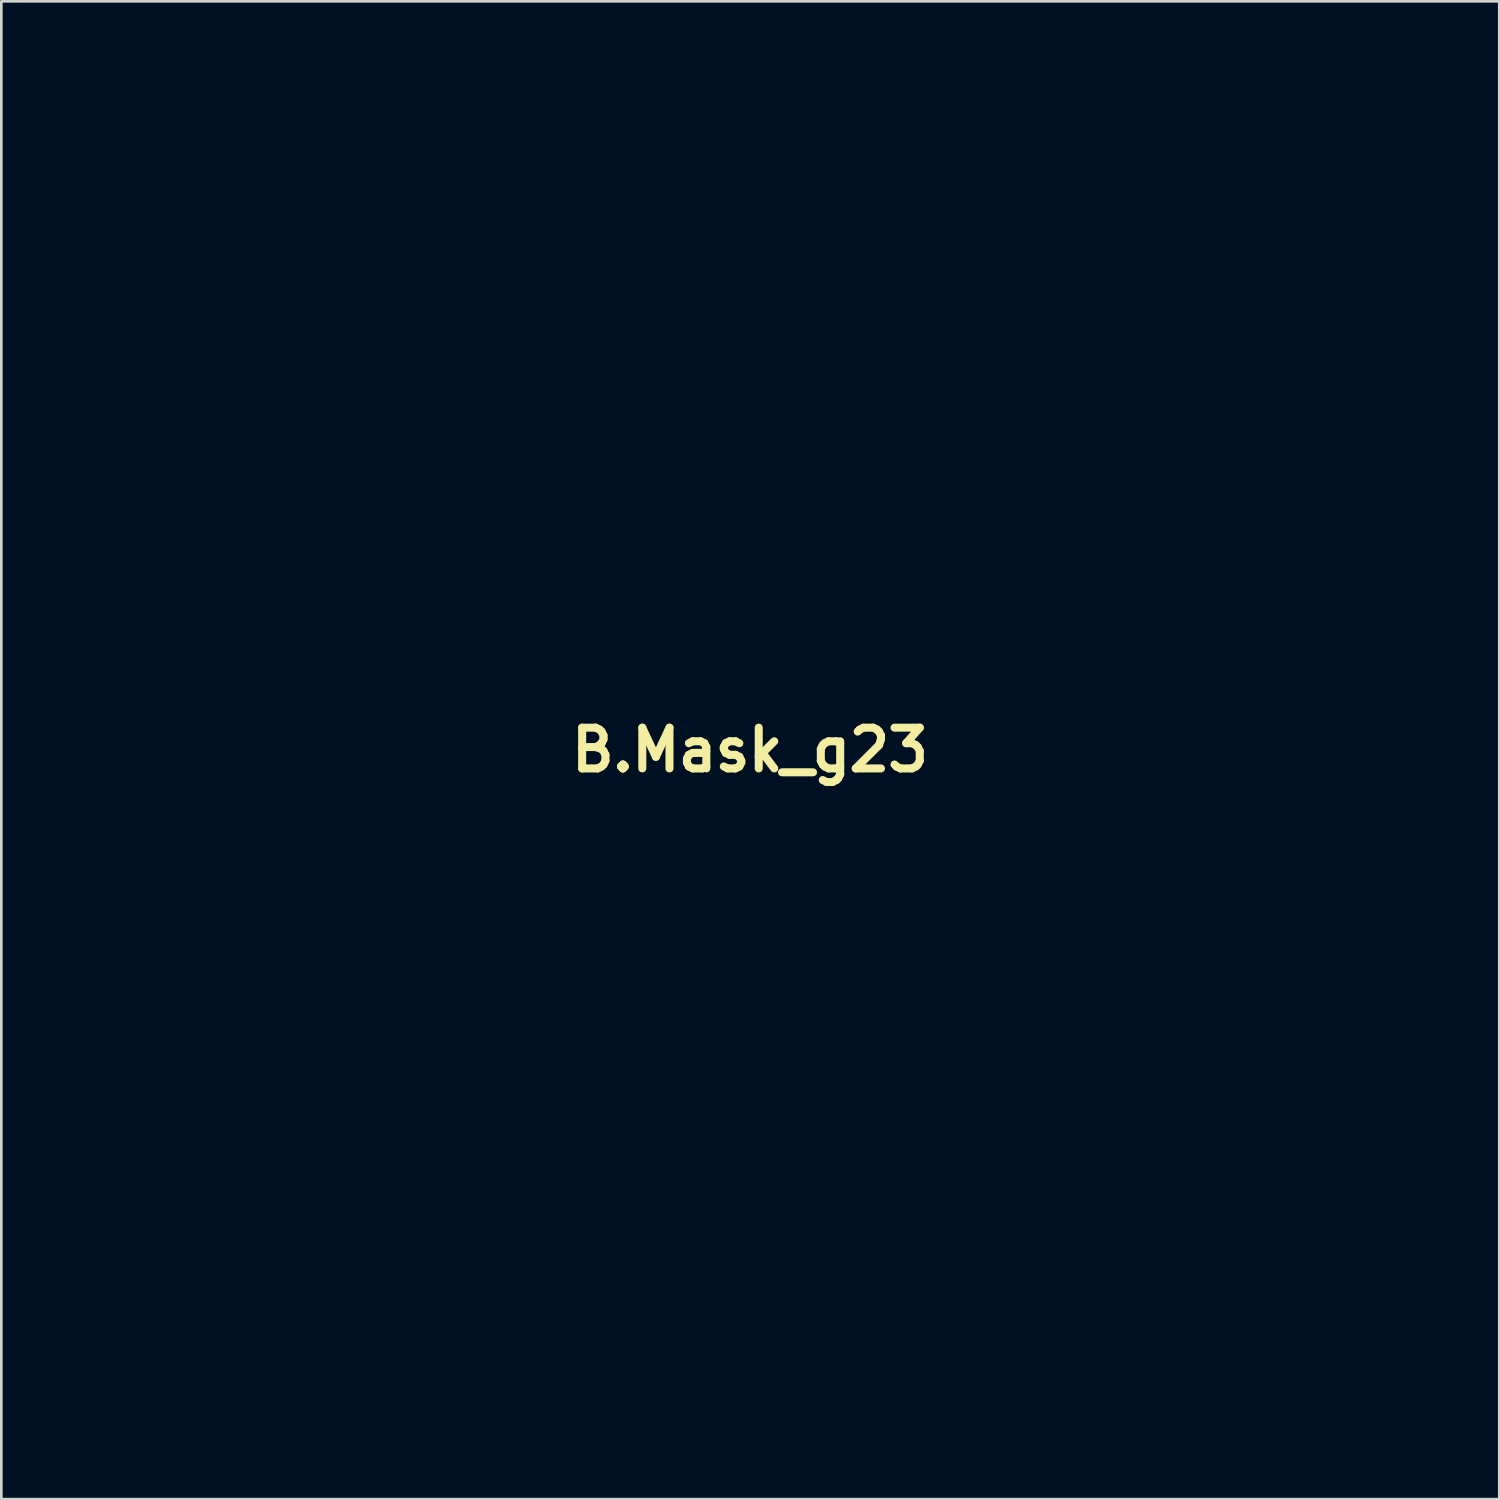
<source format=kicad_pcb>
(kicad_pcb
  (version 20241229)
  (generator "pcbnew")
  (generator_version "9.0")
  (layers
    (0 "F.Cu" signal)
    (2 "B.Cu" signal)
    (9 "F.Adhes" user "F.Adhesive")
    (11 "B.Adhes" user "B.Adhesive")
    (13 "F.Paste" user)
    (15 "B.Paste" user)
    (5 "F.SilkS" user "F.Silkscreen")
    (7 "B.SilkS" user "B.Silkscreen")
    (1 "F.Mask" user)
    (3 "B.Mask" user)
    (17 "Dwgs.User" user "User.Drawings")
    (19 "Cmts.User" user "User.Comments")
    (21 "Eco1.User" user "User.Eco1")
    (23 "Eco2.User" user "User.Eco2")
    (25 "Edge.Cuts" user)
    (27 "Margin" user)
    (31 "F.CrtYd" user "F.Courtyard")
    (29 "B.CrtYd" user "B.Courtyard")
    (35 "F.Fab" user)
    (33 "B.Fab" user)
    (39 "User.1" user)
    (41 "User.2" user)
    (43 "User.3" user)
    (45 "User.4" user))
  (footprint "B.Mask_g23"
    (layer "F.Cu")
    (at 25.004 25.004)
    (property "Reference" "B.Mask_g23" (at 0 0 0) (layer "F.SilkS") (effects (font (size 1.524 1.524) (thickness 0.3))))
    (attr through_hole)
    (fp_poly (pts (xy -3.699 1.13) (xy -3.668 1.182) (xy -3.628 1.261) (xy -3.581 1.361) (xy -3.531 1.475) (xy -3.481 1.597) (xy -3.432 1.721) (xy -3.389 1.84) (xy -3.367 1.905) (xy -3.252 2.307) (xy -3.176 2.691) (xy -3.137 3.057) (xy -3.137 3.405) (xy -3.174 3.735) (xy -3.249 4.048) (xy -3.331 4.271) (xy -3.456 4.517) (xy -3.618 4.755) (xy -3.811 4.98) (xy -4.031 5.186) (xy -4.273 5.371) (xy -4.53 5.529) (xy -4.798 5.655) (xy -4.967 5.715) (xy -5.147 5.767) (xy -5.316 5.804) (xy -5.487 5.83) (xy -5.674 5.845) (xy -5.853 5.852) (xy -5.976 5.854) (xy -6.087 5.855) (xy -6.178 5.855) (xy -6.242 5.853) (xy -6.265 5.851) (xy -6.31 5.845) (xy -6.383 5.834) (xy -6.473 5.823) (xy -6.509 5.818) (xy -6.637 5.798) (xy -6.787 5.767) (xy -6.951 5.728) (xy -7.12 5.684) (xy -7.285 5.636) (xy -7.437 5.588) (xy -7.569 5.541) (xy -7.671 5.498) (xy -7.701 5.483) (xy -7.695 5.469) (xy -7.666 5.431) (xy -7.615 5.369) (xy -7.54 5.282) (xy -7.441 5.169) (xy -7.317 5.03) (xy -7.169 4.864) (xy -6.995 4.671) (xy -6.795 4.45) (xy -6.568 4.2) (xy -6.314 3.921) (xy -6.032 3.612) (xy -5.737 3.289) (xy -5.5 3.031) (xy -5.271 2.782) (xy -5.052 2.543) (xy -4.843 2.316) (xy -4.647 2.103) (xy -4.465 1.906) (xy -4.299 1.727) (xy -4.151 1.567) (xy -4.021 1.428) (xy -3.913 1.312) (xy -3.827 1.221) (xy -3.765 1.156) (xy -3.728 1.119) (xy -3.719 1.111) (xy -3.699 1.13)) (stroke (width 0.01) (type solid)) (fill yes) (layer "B.Mask"))
    (fp_poly (pts (xy 4.874 -7.742) (xy 4.88 -7.738) (xy 4.882 -7.736) (xy 4.911 -7.69) (xy 4.954 -7.612) (xy 5.006 -7.512) (xy 5.063 -7.397) (xy 5.121 -7.275) (xy 5.176 -7.154) (xy 5.225 -7.042) (xy 5.239 -7.009) (xy 5.37 -6.65) (xy 5.469 -6.297) (xy 5.534 -5.954) (xy 5.565 -5.624) (xy 5.562 -5.309) (xy 5.525 -5.012) (xy 5.454 -4.736) (xy 5.439 -4.693) (xy 5.333 -4.458) (xy 5.188 -4.23) (xy 5.01 -4.013) (xy 4.801 -3.811) (xy 4.565 -3.629) (xy 4.308 -3.47) (xy 4.241 -3.435) (xy 3.979 -3.316) (xy 3.718 -3.228) (xy 3.445 -3.167) (xy 3.186 -3.133) (xy 3.058 -3.122) (xy 2.953 -3.117) (xy 2.856 -3.116) (xy 2.752 -3.12) (xy 2.626 -3.13) (xy 2.575 -3.134) (xy 2.276 -3.174) (xy 1.956 -3.244) (xy 1.622 -3.34) (xy 1.598 -3.348) (xy 1.475 -3.39) (xy 1.345 -3.438) (xy 1.216 -3.489) (xy 1.093 -3.54) (xy 0.983 -3.588) (xy 0.892 -3.631) (xy 0.827 -3.665) (xy 0.793 -3.689) (xy 0.79 -3.694) (xy 0.804 -3.711) (xy 0.846 -3.756) (xy 0.915 -3.828) (xy 1.008 -3.924) (xy 1.125 -4.044) (xy 1.263 -4.184) (xy 1.421 -4.344) (xy 1.596 -4.522) (xy 1.788 -4.716) (xy 1.995 -4.924) (xy 2.214 -5.144) (xy 2.445 -5.375) (xy 2.685 -5.615) (xy 2.816 -5.747) (xy 3.104 -6.034) (xy 3.363 -6.293) (xy 3.596 -6.525) (xy 3.803 -6.732) (xy 3.986 -6.914) (xy 4.146 -7.074) (xy 4.286 -7.212) (xy 4.407 -7.33) (xy 4.509 -7.43) (xy 4.595 -7.513) (xy 4.666 -7.581) (xy 4.724 -7.635) (xy 4.77 -7.676) (xy 4.806 -7.705) (xy 4.832 -7.726) (xy 4.852 -7.737) (xy 4.865 -7.743) (xy 4.874 -7.742)) (stroke (width 0.01) (type solid)) (fill yes) (layer "B.Mask"))
    (fp_poly (pts (xy 0.975 -24.999) (xy 1.828 -24.999) (xy 2.678 -24.999) (xy 3.525 -24.999) (xy 4.368 -24.999) (xy 5.205 -24.999) (xy 6.036 -24.999) (xy 6.859 -24.998) (xy 7.674 -24.998) (xy 8.479 -24.998) (xy 9.273 -24.997) (xy 10.055 -24.997) (xy 10.825 -24.997) (xy 11.58 -24.996) (xy 12.32 -24.996) (xy 13.045 -24.995) (xy 13.752 -24.995) (xy 14.441 -24.994) (xy 15.111 -24.994) (xy 15.761 -24.993) (xy 16.389 -24.992) (xy 16.994 -24.992) (xy 17.577 -24.991) (xy 18.134 -24.99) (xy 18.666 -24.989) (xy 19.172 -24.989) (xy 19.649 -24.988) (xy 20.098 -24.987) (xy 20.517 -24.986) (xy 20.905 -24.985) (xy 21.261 -24.984) (xy 21.584 -24.983) (xy 21.873 -24.982) (xy 22.127 -24.981) (xy 22.344 -24.98) (xy 22.524 -24.979) (xy 22.666 -24.978) (xy 22.768 -24.977) (xy 22.83 -24.975) (xy 22.849 -24.974) (xy 23.166 -24.915) (xy 23.469 -24.815) (xy 23.755 -24.678) (xy 24.023 -24.502) (xy 24.27 -24.291) (xy 24.292 -24.269) (xy 24.504 -24.028) (xy 24.682 -23.765) (xy 24.823 -23.481) (xy 24.927 -23.18) (xy 24.991 -22.865) (xy 24.996 -22.828) (xy 24.997 -22.797) (xy 24.998 -22.725) (xy 24.999 -22.612) (xy 25 -22.46) (xy 25.001 -22.27) (xy 25.002 -22.043) (xy 25.004 -21.78) (xy 25.005 -21.482) (xy 25.006 -21.151) (xy 25.006 -20.786) (xy 25.007 -20.39) (xy 25.008 -19.963) (xy 25.009 -19.507) (xy 25.01 -19.022) (xy 25.011 -18.51) (xy 25.012 -17.971) (xy 25.012 -17.407) (xy 25.013 -16.818) (xy 25.014 -16.207) (xy 25.014 -15.573) (xy 25.015 -14.918) (xy 25.015 -14.243) (xy 25.016 -13.549) (xy 25.017 -12.837) (xy 25.017 -12.109) (xy 25.017 -11.364) (xy 25.018 -10.605) (xy 25.018 -9.832) (xy 25.019 -9.047) (xy 25.019 -8.25) (xy 25.019 -7.442) (xy 25.02 -6.625) (xy 25.02 -5.8) (xy 25.02 -4.968) (xy 25.02 -4.129) (xy 25.02 -3.285) (xy 25.02 -2.437) (xy 25.02 -1.586) (xy 25.02 -0.733) (xy 25.02 0.121) (xy 25.02 0.975) (xy 25.02 1.828) (xy 25.02 2.678) (xy 25.02 3.525) (xy 25.02 4.368) (xy 25.02 5.205) (xy 25.02 6.036) (xy 25.019 6.859) (xy 25.019 7.674) (xy 25.019 8.479) (xy 25.019 9.273) (xy 25.018 10.055) (xy 25.018 10.825) (xy 25.017 11.58) (xy 25.017 12.32) (xy 25.016 13.045) (xy 25.016 13.752) (xy 25.015 14.441) (xy 25.015 15.111) (xy 25.014 15.761) (xy 25.013 16.389) (xy 25.013 16.994) (xy 25.012 17.577) (xy 25.011 18.134) (xy 25.011 18.666) (xy 25.01 19.172) (xy 25.009 19.649) (xy 25.008 20.098) (xy 25.007 20.517) (xy 25.006 20.905) (xy 25.005 21.261) (xy 25.004 21.584) (xy 25.003 21.873) (xy 25.002 22.127) (xy 25.001 22.344) (xy 25 22.524) (xy 24.999 22.666) (xy 24.998 22.768) (xy 24.996 22.83) (xy 24.996 22.849) (xy 24.936 23.166) (xy 24.837 23.468) (xy 24.699 23.753) (xy 24.524 24.02) (xy 24.313 24.266) (xy 24.29 24.29) (xy 24.046 24.504) (xy 23.781 24.683) (xy 23.497 24.825) (xy 23.197 24.928) (xy 22.882 24.991) (xy 22.849 24.996) (xy 22.82 24.997) (xy 22.748 24.998) (xy 22.637 24.999) (xy 22.487 25) (xy 22.298 25.001) (xy 22.073 25.002) (xy 21.811 25.002) (xy 21.515 25.003) (xy 21.184 25.004) (xy 20.821 25.005) (xy 20.426 25.006) (xy 20.001 25.007) (xy 19.546 25.007) (xy 19.062 25.008) (xy 18.551 25.009) (xy 18.014 25.009) (xy 17.451 25.01) (xy 16.863 25.011) (xy 16.253 25.011) (xy 15.62 25.012) (xy 14.966 25.012) (xy 14.293 25.013) (xy 13.6 25.013) (xy 12.889 25.014) (xy 12.161 25.014) (xy 11.418 25.014) (xy 10.659 25.015) (xy 9.887 25.015) (xy 9.103 25.015) (xy 8.307 25.016) (xy 7.5 25.016) (xy 6.684 25.016) (xy 5.859 25.016) (xy 5.027 25.017) (xy 4.189 25.017) (xy 3.345 25.017) (xy 2.498 25.017) (xy 1.647 25.017) (xy 0.794 25.017) (xy -0.06 25.017) (xy -0.914 25.017) (xy -1.766 25.017) (xy -2.617 25.017) (xy -3.464 25.017) (xy -4.307 25.017) (xy -5.144 25.016) (xy -5.975 25.016) (xy -6.799 25.016) (xy -7.613 25.016) (xy -8.419 25.016) (xy -9.213 25.015) (xy -9.996 25.015) (xy -10.767 25.015) (xy -11.523 25.014) (xy -12.264 25.014) (xy -12.99 25.013) (xy -13.698 25.013) (xy -14.388 25.012) (xy -15.059 25.012) (xy -15.71 25.011) (xy -16.34 25.011) (xy -16.947 25.01) (xy -17.531 25.01) (xy -18.09 25.009) (xy -18.624 25.008) (xy -19.132 25.008) (xy -19.611 25.007) (xy -20.062 25.006) (xy -20.484 25.005) (xy -20.874 25.005) (xy -21.233 25.004) (xy -21.558 25.003) (xy -21.85 25.002) (xy -22.106 25.001) (xy -22.327 25) (xy -22.51 24.999) (xy -22.655 24.998) (xy -22.761 24.997) (xy -22.826 24.996) (xy -22.849 24.995) (xy -23.147 24.937) (xy -23.438 24.84) (xy -23.718 24.706) (xy -23.979 24.539) (xy -24.217 24.342) (xy -24.269 24.291) (xy -24.484 24.046) (xy -24.663 23.78) (xy -24.804 23.496) (xy -24.907 23.195) (xy -24.97 22.88) (xy -24.974 22.849) (xy -24.976 22.818) (xy -24.977 22.746) (xy -24.978 22.633) (xy -24.979 22.481) (xy -24.98 22.291) (xy -24.981 22.064) (xy -24.982 21.801) (xy -24.983 21.504) (xy -24.984 21.172) (xy -24.985 20.808) (xy -24.986 20.411) (xy -24.987 19.985) (xy -24.988 19.528) (xy -24.989 19.043) (xy -24.99 18.531) (xy -24.99 17.992) (xy -24.991 17.428) (xy -24.992 16.84) (xy -24.992 16.228) (xy -24.993 15.594) (xy -24.994 14.939) (xy -24.994 14.264) (xy -24.995 13.57) (xy -24.995 12.859) (xy -24.996 12.13) (xy -24.996 11.386) (xy -24.997 10.626) (xy -24.997 9.853) (xy -24.997 9.068) (xy -24.998 8.58) (xy -23.978 8.58) (xy -23.978 9.652) (xy -23.978 10.682) (xy -23.978 11.67) (xy -23.978 12.615) (xy -23.978 13.518) (xy -23.978 14.379) (xy -23.977 15.197) (xy -23.977 15.974) (xy -23.977 16.708) (xy -23.976 17.4) (xy -23.976 18.049) (xy -23.975 18.656) (xy -23.974 19.221) (xy -23.974 19.744) (xy -23.973 20.224) (xy -23.972 20.662) (xy -23.971 21.058) (xy -23.97 21.412) (xy -23.969 21.723) (xy -23.968 21.992) (xy -23.967 22.219) (xy -23.966 22.403) (xy -23.965 22.545) (xy -23.964 22.644) (xy -23.963 22.702) (xy -23.962 22.716) (xy -23.91 22.957) (xy -23.823 23.181) (xy -23.702 23.385) (xy -23.552 23.565) (xy -23.375 23.718) (xy -23.175 23.841) (xy -22.955 23.93) (xy -22.736 23.98) (xy -22.71 23.981) (xy -22.642 23.982) (xy -22.534 23.983) (xy -22.386 23.983) (xy -22.199 23.984) (xy -21.974 23.985) (xy -21.712 23.985) (xy -21.414 23.986) (xy -21.081 23.987) (xy -20.713 23.987) (xy -20.311 23.988) (xy -19.877 23.988) (xy -19.41 23.989) (xy -18.913 23.99) (xy -18.386 23.99) (xy -17.829 23.991) (xy -17.244 23.991) (xy -16.632 23.991) (xy -15.992 23.992) (xy -15.328 23.992) (xy -14.638 23.993) (xy -13.924 23.993) (xy -13.187 23.993) (xy -12.427 23.994) (xy -11.647 23.994) (xy -10.845 23.994) (xy -10.024 23.994) (xy -9.184 23.995) (xy -8.327 23.995) (xy -7.452 23.995) (xy -6.561 23.995) (xy -5.655 23.995) (xy -4.734 23.995) (xy -3.799 23.995) (xy -2.852 23.995) (xy -1.893 23.995) (xy -0.924 23.995) (xy 0.056 23.995) (xy 0.085 23.995) (xy 1.265 23.995) (xy 2.404 23.995) (xy 3.503 23.994) (xy 4.561 23.994) (xy 5.58 23.994) (xy 6.56 23.994) (xy 7.502 23.994) (xy 8.408 23.994) (xy 9.277 23.993) (xy 10.11 23.993) (xy 10.909 23.993) (xy 11.673 23.993) (xy 12.404 23.993) (xy 13.103 23.992) (xy 13.769 23.992) (xy 14.405 23.992) (xy 15.01 23.992) (xy 15.586 23.991) (xy 16.132 23.991) (xy 16.651 23.991) (xy 17.142 23.99) (xy 17.607 23.99) (xy 18.046 23.989) (xy 18.459 23.989) (xy 18.849 23.988) (xy 19.214 23.988) (xy 19.557 23.987) (xy 19.878 23.987) (xy 20.177 23.986) (xy 20.456 23.985) (xy 20.715 23.985) (xy 20.955 23.984) (xy 21.176 23.983) (xy 21.38 23.982) (xy 21.567 23.981) (xy 21.738 23.98) (xy 21.893 23.979) (xy 22.034 23.978) (xy 22.161 23.977) (xy 22.275 23.976) (xy 22.376 23.975) (xy 22.466 23.974) (xy 22.545 23.973) (xy 22.614 23.971) (xy 22.673 23.97) (xy 22.724 23.969) (xy 22.767 23.967) (xy 22.803 23.965) (xy 22.832 23.964) (xy 22.856 23.962) (xy 22.875 23.96) (xy 22.889 23.959) (xy 22.901 23.957) (xy 22.909 23.955) (xy 22.913 23.954) (xy 23.154 23.86) (xy 23.37 23.734) (xy 23.56 23.577) (xy 23.719 23.391) (xy 23.847 23.18) (xy 23.941 22.945) (xy 23.954 22.902) (xy 23.956 22.894) (xy 23.958 22.884) (xy 23.96 22.871) (xy 23.962 22.854) (xy 23.963 22.833) (xy 23.965 22.806) (xy 23.967 22.774) (xy 23.968 22.735) (xy 23.97 22.689) (xy 23.971 22.634) (xy 23.972 22.571) (xy 23.974 22.498) (xy 23.975 22.414) (xy 23.976 22.32) (xy 23.977 22.213) (xy 23.978 22.094) (xy 23.979 21.962) (xy 23.98 21.815) (xy 23.981 21.654) (xy 23.982 21.477) (xy 23.983 21.283) (xy 23.984 21.073) (xy 23.984 20.844) (xy 23.985 20.597) (xy 23.986 20.33) (xy 23.986 20.044) (xy 23.987 19.736) (xy 23.987 19.407) (xy 23.988 19.056) (xy 23.988 18.681) (xy 23.989 18.283) (xy 23.989 17.859) (xy 23.99 17.411) (xy 23.99 16.936) (xy 23.99 16.435) (xy 23.991 15.906) (xy 23.991 15.349) (xy 23.991 14.762) (xy 23.991 14.146) (xy 23.991 13.499) (xy 23.992 12.82) (xy 23.992 12.11) (xy 23.992 11.367) (xy 23.992 10.59) (xy 23.992 9.779) (xy 23.992 8.932) (xy 23.992 8.05) (xy 23.992 7.131) (xy 23.992 6.175) (xy 23.992 5.181) (xy 23.992 4.148) (xy 23.992 3.076) (xy 23.992 1.963) (xy 23.992 0.809) (xy 23.992 0.011) (xy 23.992 -1.171) (xy 23.992 -2.312) (xy 23.992 -3.411) (xy 23.992 -4.471) (xy 23.992 -5.491) (xy 23.992 -6.473) (xy 23.992 -7.416) (xy 23.992 -8.323) (xy 23.992 -9.193) (xy 23.992 -10.028) (xy 23.992 -10.828) (xy 23.992 -11.593) (xy 23.992 -12.326) (xy 23.992 -13.026) (xy 23.991 -13.694) (xy 23.991 -14.33) (xy 23.991 -14.937) (xy 23.991 -15.514) (xy 23.99 -16.062) (xy 23.99 -16.582) (xy 23.99 -17.074) (xy 23.99 -17.54) (xy 23.989 -17.98) (xy 23.989 -18.395) (xy 23.988 -18.786) (xy 23.988 -19.153) (xy 23.987 -19.497) (xy 23.987 -19.819) (xy 23.986 -20.119) (xy 23.985 -20.399) (xy 23.985 -20.659) (xy 23.984 -20.9) (xy 23.983 -21.123) (xy 23.983 -21.327) (xy 23.982 -21.516) (xy 23.981 -21.687) (xy 23.98 -21.844) (xy 23.979 -21.986) (xy 23.978 -22.114) (xy 23.977 -22.229) (xy 23.976 -22.331) (xy 23.974 -22.422) (xy 23.973 -22.502) (xy 23.972 -22.572) (xy 23.97 -22.632) (xy 23.969 -22.684) (xy 23.968 -22.728) (xy 23.966 -22.764) (xy 23.964 -22.794) (xy 23.963 -22.819) (xy 23.961 -22.839) (xy 23.959 -22.854) (xy 23.957 -22.866) (xy 23.955 -22.876) (xy 23.954 -22.881) (xy 23.866 -23.119) (xy 23.744 -23.335) (xy 23.59 -23.525) (xy 23.407 -23.686) (xy 23.198 -23.817) (xy 22.965 -23.914) (xy 22.902 -23.933) (xy 22.894 -23.935) (xy 22.884 -23.937) (xy 22.871 -23.939) (xy 22.854 -23.94) (xy 22.833 -23.942) (xy 22.806 -23.944) (xy 22.774 -23.945) (xy 22.735 -23.947) (xy 22.689 -23.948) (xy 22.634 -23.95) (xy 22.571 -23.951) (xy 22.498 -23.952) (xy 22.414 -23.954) (xy 22.32 -23.955) (xy 22.213 -23.956) (xy 22.094 -23.957) (xy 21.962 -23.958) (xy 21.815 -23.959) (xy 21.654 -23.96) (xy 21.477 -23.961) (xy 21.283 -23.962) (xy 21.073 -23.962) (xy 20.844 -23.963) (xy 20.597 -23.964) (xy 20.33 -23.965) (xy 20.044 -23.965) (xy 19.736 -23.966) (xy 19.407 -23.966) (xy 19.056 -23.967) (xy 18.681 -23.967) (xy 18.283 -23.968) (xy 17.859 -23.968) (xy 17.411 -23.968) (xy 16.936 -23.969) (xy 16.435 -23.969) (xy 15.906 -23.969) (xy 15.349 -23.97) (xy 14.762 -23.97) (xy 14.146 -23.97) (xy 13.499 -23.97) (xy 12.82 -23.97) (xy 12.11 -23.971) (xy 11.367 -23.971) (xy 10.59 -23.971) (xy 9.779 -23.971) (xy 8.932 -23.971) (xy 8.05 -23.971) (xy 7.131 -23.971) (xy 6.175 -23.971) (xy 5.181 -23.971) (xy 4.148 -23.971) (xy 3.076 -23.971) (xy 1.963 -23.971) (xy 0.809 -23.971) (xy 0.011 -23.971) (xy -1.171 -23.971) (xy -2.312 -23.971) (xy -3.411 -23.971) (xy -4.47 -23.971) (xy -5.49 -23.971) (xy -6.472 -23.971) (xy -7.415 -23.971) (xy -8.322 -23.971) (xy -9.192 -23.971) (xy -10.026 -23.971) (xy -10.826 -23.971) (xy -11.592 -23.971) (xy -12.324 -23.971) (xy -13.024 -23.97) (xy -13.691 -23.97) (xy -14.328 -23.97) (xy -14.935 -23.97) (xy -15.511 -23.97) (xy -16.059 -23.969) (xy -16.579 -23.969) (xy -17.071 -23.969) (xy -17.537 -23.968) (xy -17.977 -23.968) (xy -18.392 -23.968) (xy -18.783 -23.967) (xy -19.149 -23.967) (xy -19.493 -23.966) (xy -19.815 -23.966) (xy -20.116 -23.965) (xy -20.396 -23.964) (xy -20.656 -23.964) (xy -20.897 -23.963) (xy -21.119 -23.962) (xy -21.324 -23.961) (xy -21.512 -23.961) (xy -21.684 -23.96) (xy -21.841 -23.959) (xy -21.982 -23.958) (xy -22.111 -23.957) (xy -22.225 -23.956) (xy -22.328 -23.955) (xy -22.419 -23.953) (xy -22.499 -23.952) (xy -22.569 -23.951) (xy -22.629 -23.949) (xy -22.681 -23.948) (xy -22.725 -23.946) (xy -22.762 -23.945) (xy -22.792 -23.943) (xy -22.817 -23.942) (xy -22.837 -23.94) (xy -22.852 -23.938) (xy -22.865 -23.936) (xy -22.875 -23.934) (xy -22.881 -23.932) (xy -23.123 -23.844) (xy -23.339 -23.721) (xy -23.529 -23.567) (xy -23.69 -23.382) (xy -23.822 -23.169) (xy -23.92 -22.93) (xy -23.933 -22.892) (xy -23.935 -22.884) (xy -23.936 -22.874) (xy -23.938 -22.861) (xy -23.94 -22.845) (xy -23.942 -22.823) (xy -23.943 -22.797) (xy -23.945 -22.765) (xy -23.947 -22.725) (xy -23.948 -22.679) (xy -23.95 -22.624) (xy -23.951 -22.559) (xy -23.952 -22.486) (xy -23.953 -22.401) (xy -23.955 -22.306) (xy -23.956 -22.198) (xy -23.957 -22.078) (xy -23.958 -21.944) (xy -23.959 -21.796) (xy -23.96 -21.633) (xy -23.961 -21.454) (xy -23.962 -21.258) (xy -23.963 -21.046) (xy -23.963 -20.815) (xy -23.964 -20.565) (xy -23.965 -20.296) (xy -23.966 -20.007) (xy -23.966 -19.697) (xy -23.967 -19.365) (xy -23.967 -19.011) (xy -23.968 -18.633) (xy -23.969 -18.231) (xy -23.969 -17.804) (xy -23.97 -17.352) (xy -23.97 -16.874) (xy -23.97 -16.369) (xy -23.971 -15.836) (xy -23.971 -15.274) (xy -23.972 -14.683) (xy -23.972 -14.063) (xy -23.972 -13.411) (xy -23.973 -12.728) (xy -23.973 -12.013) (xy -23.973 -11.264) (xy -23.974 -10.482) (xy -23.974 -9.666) (xy -23.974 -8.814) (xy -23.975 -7.926) (xy -23.975 -7.002) (xy -23.975 -6.039) (xy -23.976 -5.039) (xy -23.976 -4) (xy -23.976 -2.921) (xy -23.977 -1.801) (xy -23.977 -0.64) (xy -23.977 -0.106) (xy -23.977 1.262) (xy -23.978 2.587) (xy -23.978 3.87) (xy -23.978 5.111) (xy -23.978 6.31) (xy -23.978 7.466) (xy -23.978 8.58) (xy -24.998 8.58) (xy -24.998 8.271) (xy -24.998 7.464) (xy -24.998 6.647) (xy -24.999 5.821) (xy -24.999 4.989) (xy -24.999 4.15) (xy -24.999 3.306) (xy -24.999 2.458) (xy -24.999 1.607) (xy -24.999 0.754) (xy -24.999 -0.1) (xy -24.999 -0.954) (xy -24.999 -1.807) (xy -24.999 -2.657) (xy -24.999 -3.504) (xy -24.999 -4.347) (xy -24.999 -5.184) (xy -24.999 -6.015) (xy -24.998 -6.838) (xy -24.998 -7.653) (xy -24.998 -8.458) (xy -24.997 -9.252) (xy -24.997 -10.034) (xy -24.997 -10.803) (xy -24.996 -11.559) (xy -24.996 -12.299) (xy -24.995 -13.024) (xy -24.995 -13.731) (xy -24.994 -14.42) (xy -24.994 -15.09) (xy -24.993 -15.739) (xy -24.992 -16.368) (xy -24.992 -16.973) (xy -24.991 -17.556) (xy -24.99 -18.113) (xy -24.989 -18.645) (xy -24.989 -19.151) (xy -24.988 -19.628) (xy -24.987 -20.077) (xy -24.986 -20.496) (xy -24.985 -20.884) (xy -24.984 -21.24) (xy -24.983 -21.563) (xy -24.982 -21.852) (xy -24.981 -22.106) (xy -24.98 -22.323) (xy -24.979 -22.503) (xy -24.978 -22.645) (xy -24.977 -22.747) (xy -24.975 -22.809) (xy -24.974 -22.828) (xy -24.915 -23.145) (xy -24.815 -23.448) (xy -24.678 -23.735) (xy -24.504 -24.002) (xy -24.294 -24.247) (xy -24.27 -24.27) (xy -24.028 -24.484) (xy -23.763 -24.662) (xy -23.478 -24.803) (xy -23.177 -24.906) (xy -22.861 -24.97) (xy -22.828 -24.974) (xy -22.797 -24.976) (xy -22.725 -24.977) (xy -22.612 -24.978) (xy -22.46 -24.979) (xy -22.27 -24.98) (xy -22.043 -24.981) (xy -21.78 -24.982) (xy -21.482 -24.983) (xy -21.151 -24.984) (xy -20.786 -24.985) (xy -20.39 -24.986) (xy -19.963 -24.987) (xy -19.507 -24.988) (xy -19.022 -24.989) (xy -18.51 -24.99) (xy -17.971 -24.99) (xy -17.407 -24.991) (xy -16.818 -24.992) (xy -16.207 -24.992) (xy -15.573 -24.993) (xy -14.918 -24.994) (xy -14.243 -24.994) (xy -13.549 -24.995) (xy -12.837 -24.995) (xy -12.109 -24.996) (xy -11.364 -24.996) (xy -10.605 -24.997) (xy -9.832 -24.997) (xy -9.047 -24.997) (xy -8.25 -24.998) (xy -7.442 -24.998) (xy -6.625 -24.998) (xy -5.8 -24.999) (xy -4.968 -24.999) (xy -4.129 -24.999) (xy -3.285 -24.999) (xy -2.437 -24.999) (xy -1.586 -24.999) (xy -0.733 -24.999) (xy 0.121 -24.999) (xy 0.975 -24.999)) (stroke (width 0.01) (type solid)) (fill yes) (layer "B.Mask")))
  (gr_rect
    (start -3 -3)
    (end 53.03 53.026)
    (stroke (width 0.1) (type default))
    (fill no)
    (layer "Edge.Cuts")))
</source>
